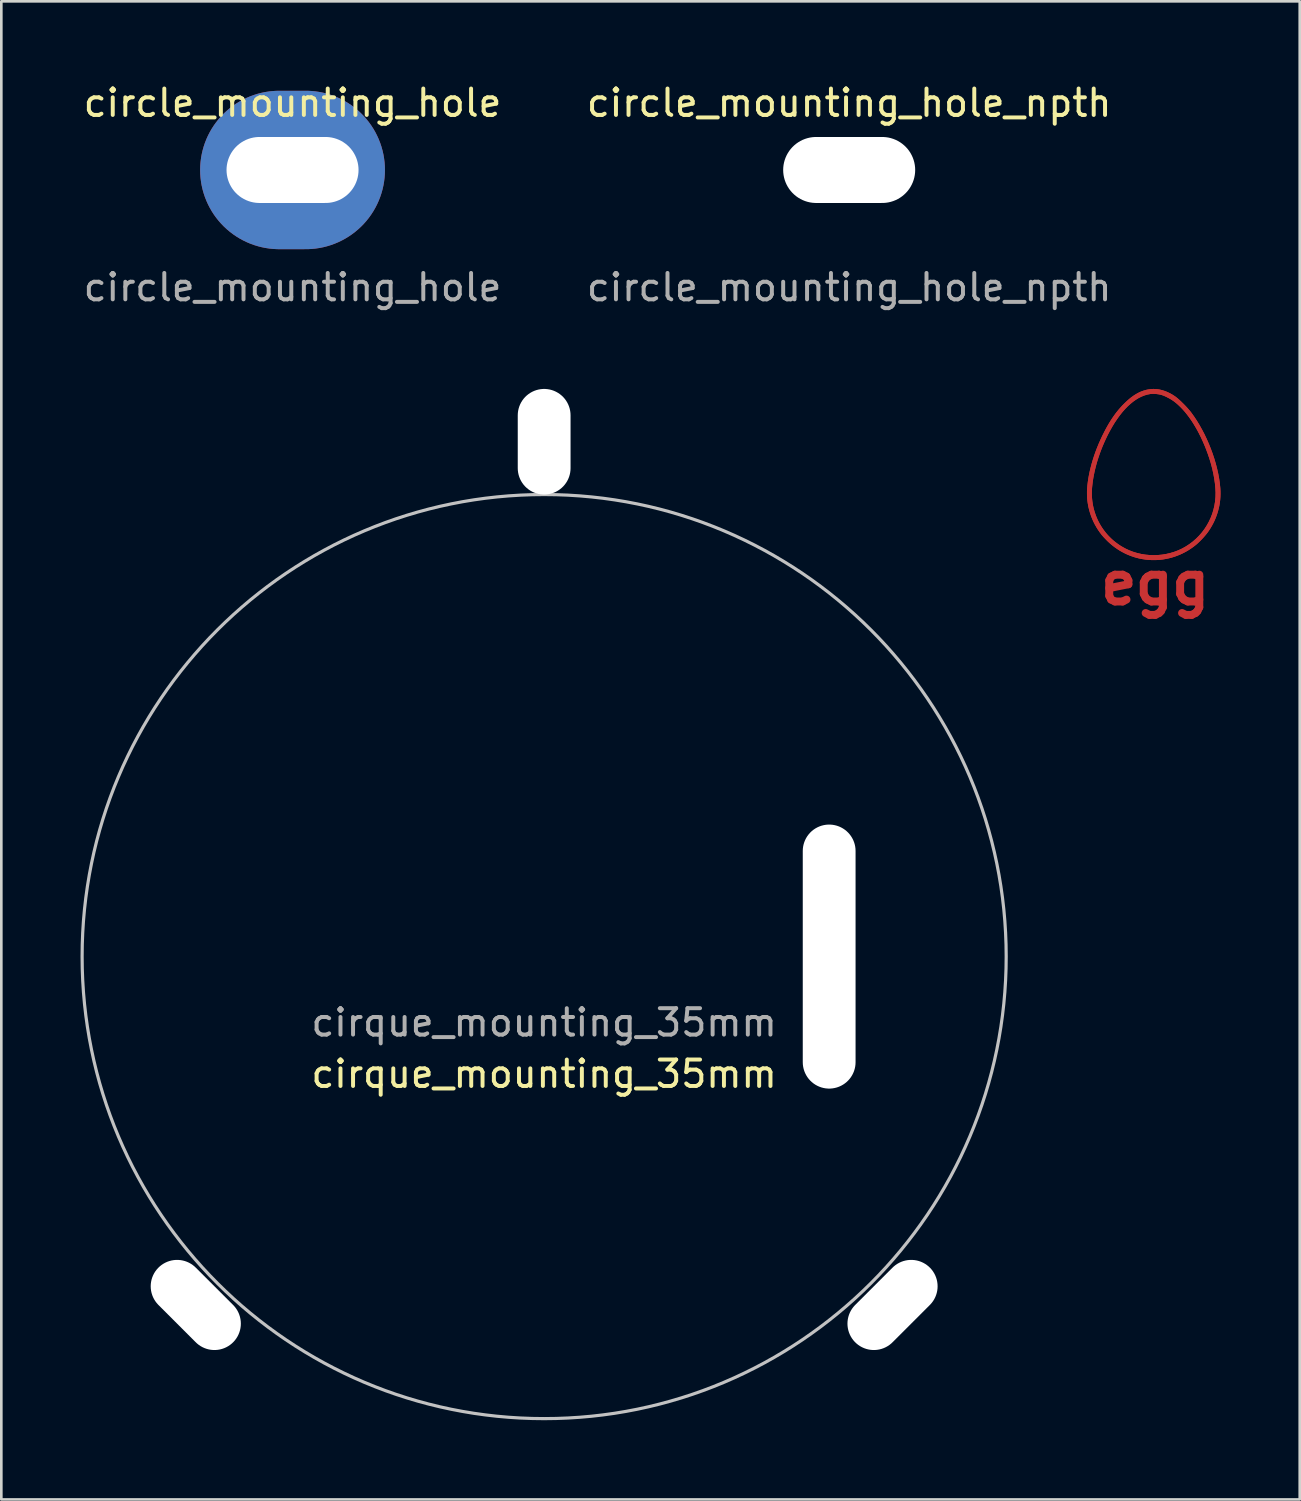
<source format=kicad_pcb>
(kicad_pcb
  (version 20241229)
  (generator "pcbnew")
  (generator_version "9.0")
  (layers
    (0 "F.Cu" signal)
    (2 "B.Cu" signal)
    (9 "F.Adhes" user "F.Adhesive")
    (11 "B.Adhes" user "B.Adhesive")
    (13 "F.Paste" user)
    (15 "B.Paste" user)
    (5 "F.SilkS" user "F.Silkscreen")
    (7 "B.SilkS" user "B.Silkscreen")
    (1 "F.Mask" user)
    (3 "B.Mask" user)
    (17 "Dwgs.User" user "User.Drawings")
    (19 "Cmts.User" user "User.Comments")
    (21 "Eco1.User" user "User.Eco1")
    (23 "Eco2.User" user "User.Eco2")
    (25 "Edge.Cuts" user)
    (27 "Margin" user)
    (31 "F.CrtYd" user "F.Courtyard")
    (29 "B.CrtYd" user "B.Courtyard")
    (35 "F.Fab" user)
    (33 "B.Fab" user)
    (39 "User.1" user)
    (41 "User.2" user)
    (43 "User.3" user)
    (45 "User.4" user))
  (footprint "circle_mounting_hole"
    (layer "F.Cu")
    (at 8.03 3.388)
    (property "Reference" "circle_mounting_hole" (at 0 -2.54 0) (unlocked yes) (layer "F.SilkS") (effects (font (size 1 1) (thickness 0.15))))
    (attr through_hole)
    (fp_text user "${REFERENCE}" (at 0 4.445 0) (unlocked yes) (layer "F.Fab") (effects (font (size 1 1) (thickness 0.15))))
    (pad "" thru_hole oval (at 0 0) (size 7 6) (drill oval 5 2.5) (layers "*.Cu" "*.Mask")))
  (footprint "cirque_mounting_35mm"
    (layer "F.Cu")
    (at 17.56 33.181)
    (property "Reference" "cirque_mounting_35mm" (at 0 4.445 0) (unlocked yes) (layer "F.SilkS") (effects (font (size 1 1) (thickness 0.15))))
    (attr through_hole board_only)
    (fp_circle (center 0 0) (end 17.5 0) (stroke (width 0.12) (type solid)) (fill no) (layer "Dwgs.User"))
    (fp_text user "${REFERENCE}" (at 0 2.5 0) (unlocked yes) (layer "F.Fab") (effects (font (size 1 1) (thickness 0.15))))
    (pad "" np_thru_hole oval (at -13.195 13.195 225) (size 2 4) (drill oval 2 4) (layers "*.Cu" "*.Mask"))
    (pad "" np_thru_hole oval (at 0 -19.5) (size 2 4) (drill oval 2 4) (layers "*.Cu" "*.Mask"))
    (pad "" np_thru_hole oval (at 10.795 0) (size 2 10) (drill oval 2 10) (layers "*.Cu" "*.Mask"))
    (pad "" np_thru_hole oval (at 13.195 13.195 135) (size 2 4) (drill oval 2 4) (layers "*.Cu" "*.Mask")))
  (footprint "egg"
    (layer "F.Cu")
    (at 40.705 19.043)
    (property "Reference" "egg" (at 0 0 0) (layer "F.Cu") (effects (font (size 1.524 1.524) (thickness 0.3))))
    (attr through_hole)
    (fp_poly (pts (xy -0.014 -7.36) (xy 0.045 -7.356) (xy 0.104 -7.349) (xy 0.164 -7.339) (xy 0.224 -7.325) (xy 0.284 -7.309) (xy 0.344 -7.29) (xy 0.404 -7.268) (xy 0.464 -7.243) (xy 0.524 -7.215) (xy 0.584 -7.184) (xy 0.643 -7.151) (xy 0.701 -7.114) (xy 0.759 -7.075) (xy 0.79 -7.052) (xy 0.824 -7.025) (xy 0.861 -6.994) (xy 0.9 -6.96) (xy 0.982 -6.884) (xy 1.067 -6.801) (xy 1.152 -6.714) (xy 1.232 -6.627) (xy 1.304 -6.543) (xy 1.336 -6.504) (xy 1.365 -6.467) (xy 1.473 -6.316) (xy 1.578 -6.158) (xy 1.678 -5.993) (xy 1.774 -5.821) (xy 1.866 -5.645) (xy 1.952 -5.464) (xy 2.033 -5.279) (xy 2.108 -5.092) (xy 2.177 -4.904) (xy 2.24 -4.714) (xy 2.296 -4.524) (xy 2.345 -4.334) (xy 2.387 -4.147) (xy 2.421 -3.962) (xy 2.447 -3.78) (xy 2.465 -3.602) (xy 2.471 -3.489) (xy 2.472 -3.376) (xy 2.468 -3.263) (xy 2.459 -3.152) (xy 2.445 -3.04) (xy 2.426 -2.93) (xy 2.401 -2.821) (xy 2.373 -2.713) (xy 2.339 -2.606) (xy 2.3 -2.5) (xy 2.257 -2.396) (xy 2.209 -2.294) (xy 2.156 -2.194) (xy 2.099 -2.096) (xy 2.037 -2) (xy 1.971 -1.906) (xy 1.951 -1.88) (xy 1.929 -1.853) (xy 1.88 -1.795) (xy 1.826 -1.733) (xy 1.768 -1.671) (xy 1.708 -1.609) (xy 1.649 -1.552) (xy 1.593 -1.5) (xy 1.566 -1.476) (xy 1.541 -1.455) (xy 1.447 -1.381) (xy 1.35 -1.313) (xy 1.251 -1.249) (xy 1.15 -1.19) (xy 1.047 -1.137) (xy 0.942 -1.088) (xy 0.836 -1.045) (xy 0.729 -1.006) (xy 0.621 -0.973) (xy 0.511 -0.945) (xy 0.401 -0.922) (xy 0.291 -0.903) (xy 0.179 -0.89) (xy 0.068 -0.882) (xy -0.044 -0.879) (xy -0.155 -0.881) (xy -0.267 -0.888) (xy -0.378 -0.9) (xy -0.488 -0.917) (xy -0.598 -0.938) (xy -0.707 -0.965) (xy -0.815 -0.997) (xy -0.921 -1.034) (xy -1.026 -1.075) (xy -1.13 -1.122) (xy -1.232 -1.174) (xy -1.332 -1.23) (xy -1.43 -1.292) (xy -1.525 -1.358) (xy -1.619 -1.429) (xy -1.709 -1.505) (xy -1.797 -1.586) (xy -1.828 -1.617) (xy -1.86 -1.649) (xy -1.892 -1.682) (xy -1.923 -1.715) (xy -1.953 -1.747) (xy -1.98 -1.777) (xy -2.003 -1.804) (xy -2.023 -1.826) (xy -2.096 -1.922) (xy -2.165 -2.021) (xy -2.229 -2.123) (xy -2.288 -2.227) (xy -2.341 -2.333) (xy -2.39 -2.442) (xy -2.433 -2.553) (xy -2.471 -2.666) (xy -2.504 -2.78) (xy -2.532 -2.896) (xy -2.553 -3.012) (xy -2.57 -3.13) (xy -2.58 -3.249) (xy -2.585 -3.369) (xy -2.585 -3.44) (xy -2.4 -3.44) (xy -2.4 -3.356) (xy -2.397 -3.273) (xy -2.391 -3.191) (xy -2.382 -3.109) (xy -2.37 -3.027) (xy -2.356 -2.947) (xy -2.339 -2.867) (xy -2.319 -2.788) (xy -2.296 -2.71) (xy -2.271 -2.634) (xy -2.244 -2.558) (xy -2.214 -2.483) (xy -2.181 -2.409) (xy -2.146 -2.337) (xy -2.108 -2.266) (xy -2.068 -2.196) (xy -2.026 -2.128) (xy -1.981 -2.061) (xy -1.934 -1.996) (xy -1.884 -1.932) (xy -1.833 -1.87) (xy -1.779 -1.81) (xy -1.722 -1.751) (xy -1.664 -1.694) (xy -1.604 -1.639) (xy -1.541 -1.587) (xy -1.476 -1.536) (xy -1.409 -1.487) (xy -1.341 -1.44) (xy -1.27 -1.396) (xy -1.131 -1.318) (xy -0.987 -1.251) (xy -0.838 -1.194) (xy -0.687 -1.148) (xy -0.532 -1.112) (xy -0.375 -1.086) (xy -0.217 -1.071) (xy -0.058 -1.066) (xy 0.102 -1.071) (xy 0.26 -1.086) (xy 0.417 -1.112) (xy 0.572 -1.148) (xy 0.724 -1.194) (xy 0.873 -1.251) (xy 1.017 -1.318) (xy 1.157 -1.396) (xy 1.296 -1.487) (xy 1.427 -1.586) (xy 1.55 -1.694) (xy 1.664 -1.809) (xy 1.77 -1.931) (xy 1.866 -2.06) (xy 1.953 -2.195) (xy 2.031 -2.335) (xy 2.099 -2.481) (xy 2.157 -2.631) (xy 2.204 -2.786) (xy 2.241 -2.944) (xy 2.267 -3.105) (xy 2.282 -3.269) (xy 2.286 -3.435) (xy 2.278 -3.603) (xy 2.26 -3.786) (xy 2.234 -3.97) (xy 2.2 -4.156) (xy 2.158 -4.343) (xy 2.108 -4.533) (xy 2.05 -4.724) (xy 1.984 -4.918) (xy 1.91 -5.115) (xy 1.85 -5.261) (xy 1.787 -5.404) (xy 1.722 -5.543) (xy 1.655 -5.677) (xy 1.586 -5.807) (xy 1.514 -5.932) (xy 1.441 -6.053) (xy 1.366 -6.168) (xy 1.289 -6.278) (xy 1.21 -6.383) (xy 1.131 -6.482) (xy 1.05 -6.575) (xy 0.967 -6.662) (xy 0.884 -6.742) (xy 0.8 -6.817) (xy 0.715 -6.885) (xy 0.688 -6.904) (xy 0.659 -6.924) (xy 0.629 -6.944) (xy 0.597 -6.964) (xy 0.564 -6.984) (xy 0.53 -7.003) (xy 0.461 -7.039) (xy 0.427 -7.057) (xy 0.393 -7.073) (xy 0.359 -7.088) (xy 0.326 -7.102) (xy 0.294 -7.114) (xy 0.264 -7.125) (xy 0.235 -7.134) (xy 0.209 -7.142) (xy 0.185 -7.147) (xy 0.16 -7.152) (xy 0.135 -7.157) (xy 0.108 -7.161) (xy 0.054 -7.168) (xy -0.001 -7.172) (xy -0.054 -7.175) (xy -0.08 -7.175) (xy -0.106 -7.175) (xy -0.13 -7.174) (xy -0.153 -7.173) (xy -0.175 -7.171) (xy -0.196 -7.168) (xy -0.304 -7.147) (xy -0.412 -7.114) (xy -0.519 -7.071) (xy -0.626 -7.018) (xy -0.732 -6.953) (xy -0.837 -6.879) (xy -0.941 -6.794) (xy -1.044 -6.7) (xy -1.146 -6.595) (xy -1.246 -6.481) (xy -1.344 -6.357) (xy -1.441 -6.223) (xy -1.536 -6.081) (xy -1.628 -5.929) (xy -1.719 -5.768) (xy -1.807 -5.599) (xy -1.867 -5.474) (xy -1.924 -5.349) (xy -1.979 -5.223) (xy -2.03 -5.097) (xy -2.078 -4.971) (xy -2.123 -4.845) (xy -2.165 -4.718) (xy -2.204 -4.593) (xy -2.239 -4.467) (xy -2.271 -4.342) (xy -2.3 -4.217) (xy -2.326 -4.094) (xy -2.348 -3.971) (xy -2.366 -3.849) (xy -2.381 -3.728) (xy -2.393 -3.608) (xy -2.398 -3.524) (xy -2.4 -3.44) (xy -2.585 -3.44) (xy -2.585 -3.488) (xy -2.578 -3.608) (xy -2.567 -3.73) (xy -2.552 -3.853) (xy -2.533 -3.978) (xy -2.51 -4.105) (xy -2.484 -4.232) (xy -2.453 -4.361) (xy -2.42 -4.49) (xy -2.383 -4.62) (xy -2.342 -4.751) (xy -2.298 -4.883) (xy -2.251 -5.014) (xy -2.2 -5.146) (xy -2.146 -5.278) (xy -2.088 -5.409) (xy -2.028 -5.541) (xy -1.964 -5.671) (xy -1.919 -5.76) (xy -1.874 -5.845) (xy -1.829 -5.927) (xy -1.784 -6.007) (xy -1.738 -6.084) (xy -1.692 -6.158) (xy -1.645 -6.23) (xy -1.598 -6.3) (xy -1.55 -6.368) (xy -1.502 -6.434) (xy -1.452 -6.498) (xy -1.402 -6.56) (xy -1.351 -6.62) (xy -1.298 -6.679) (xy -1.245 -6.737) (xy -1.19 -6.793) (xy -1.125 -6.856) (xy -1.062 -6.915) (xy -0.999 -6.971) (xy -0.937 -7.022) (xy -0.875 -7.069) (xy -0.813 -7.113) (xy -0.752 -7.152) (xy -0.691 -7.188) (xy -0.629 -7.221) (xy -0.568 -7.25) (xy -0.506 -7.275) (xy -0.444 -7.297) (xy -0.381 -7.316) (xy -0.317 -7.332) (xy -0.252 -7.344) (xy -0.186 -7.354) (xy -0.13 -7.359) (xy -0.072 -7.361)) (stroke (width 0) (type solid)) (fill yes) (layer "F.Cu"))
    (fp_poly (pts (xy -0.014 -7.36) (xy 0.045 -7.356) (xy 0.104 -7.349) (xy 0.164 -7.339) (xy 0.224 -7.325) (xy 0.284 -7.309) (xy 0.344 -7.29) (xy 0.404 -7.268) (xy 0.464 -7.243) (xy 0.524 -7.215) (xy 0.584 -7.184) (xy 0.643 -7.151) (xy 0.701 -7.114) (xy 0.759 -7.075) (xy 0.79 -7.052) (xy 0.824 -7.025) (xy 0.861 -6.994) (xy 0.9 -6.96) (xy 0.982 -6.884) (xy 1.067 -6.801) (xy 1.152 -6.714) (xy 1.232 -6.627) (xy 1.304 -6.543) (xy 1.336 -6.504) (xy 1.365 -6.467) (xy 1.473 -6.316) (xy 1.578 -6.158) (xy 1.678 -5.993) (xy 1.774 -5.821) (xy 1.866 -5.645) (xy 1.952 -5.464) (xy 2.033 -5.279) (xy 2.108 -5.092) (xy 2.177 -4.904) (xy 2.24 -4.714) (xy 2.296 -4.524) (xy 2.345 -4.334) (xy 2.387 -4.147) (xy 2.421 -3.962) (xy 2.447 -3.78) (xy 2.465 -3.602) (xy 2.471 -3.489) (xy 2.472 -3.376) (xy 2.468 -3.263) (xy 2.459 -3.152) (xy 2.445 -3.04) (xy 2.426 -2.93) (xy 2.401 -2.821) (xy 2.373 -2.713) (xy 2.339 -2.606) (xy 2.3 -2.5) (xy 2.257 -2.396) (xy 2.209 -2.294) (xy 2.156 -2.194) (xy 2.099 -2.096) (xy 2.037 -2) (xy 1.971 -1.906) (xy 1.951 -1.88) (xy 1.929 -1.853) (xy 1.88 -1.795) (xy 1.826 -1.733) (xy 1.768 -1.671) (xy 1.708 -1.609) (xy 1.649 -1.552) (xy 1.593 -1.5) (xy 1.566 -1.476) (xy 1.541 -1.455) (xy 1.447 -1.381) (xy 1.35 -1.313) (xy 1.251 -1.249) (xy 1.15 -1.19) (xy 1.047 -1.137) (xy 0.942 -1.088) (xy 0.836 -1.045) (xy 0.729 -1.006) (xy 0.621 -0.973) (xy 0.511 -0.945) (xy 0.401 -0.922) (xy 0.291 -0.903) (xy 0.179 -0.89) (xy 0.068 -0.882) (xy -0.044 -0.879) (xy -0.155 -0.881) (xy -0.267 -0.888) (xy -0.378 -0.9) (xy -0.488 -0.917) (xy -0.598 -0.938) (xy -0.707 -0.965) (xy -0.815 -0.997) (xy -0.921 -1.034) (xy -1.026 -1.075) (xy -1.13 -1.122) (xy -1.232 -1.174) (xy -1.332 -1.23) (xy -1.43 -1.292) (xy -1.525 -1.358) (xy -1.619 -1.429) (xy -1.709 -1.505) (xy -1.797 -1.586) (xy -1.828 -1.617) (xy -1.86 -1.649) (xy -1.892 -1.682) (xy -1.923 -1.715) (xy -1.953 -1.747) (xy -1.98 -1.777) (xy -2.003 -1.804) (xy -2.023 -1.826) (xy -2.096 -1.922) (xy -2.165 -2.021) (xy -2.229 -2.123) (xy -2.288 -2.227) (xy -2.341 -2.333) (xy -2.39 -2.442) (xy -2.433 -2.553) (xy -2.471 -2.666) (xy -2.504 -2.78) (xy -2.532 -2.896) (xy -2.553 -3.012) (xy -2.57 -3.13) (xy -2.58 -3.249) (xy -2.585 -3.369) (xy -2.585 -3.44) (xy -2.4 -3.44) (xy -2.4 -3.356) (xy -2.397 -3.273) (xy -2.391 -3.191) (xy -2.382 -3.109) (xy -2.37 -3.027) (xy -2.356 -2.947) (xy -2.339 -2.867) (xy -2.319 -2.788) (xy -2.296 -2.71) (xy -2.271 -2.634) (xy -2.244 -2.558) (xy -2.214 -2.483) (xy -2.181 -2.409) (xy -2.146 -2.337) (xy -2.108 -2.266) (xy -2.068 -2.196) (xy -2.026 -2.128) (xy -1.981 -2.061) (xy -1.934 -1.996) (xy -1.884 -1.932) (xy -1.833 -1.87) (xy -1.779 -1.81) (xy -1.722 -1.751) (xy -1.664 -1.694) (xy -1.604 -1.639) (xy -1.541 -1.587) (xy -1.476 -1.536) (xy -1.409 -1.487) (xy -1.341 -1.44) (xy -1.27 -1.396) (xy -1.131 -1.318) (xy -0.987 -1.251) (xy -0.838 -1.194) (xy -0.687 -1.148) (xy -0.532 -1.112) (xy -0.375 -1.086) (xy -0.217 -1.071) (xy -0.058 -1.066) (xy 0.102 -1.071) (xy 0.26 -1.086) (xy 0.417 -1.112) (xy 0.572 -1.148) (xy 0.724 -1.194) (xy 0.873 -1.251) (xy 1.017 -1.318) (xy 1.157 -1.396) (xy 1.296 -1.487) (xy 1.427 -1.586) (xy 1.55 -1.694) (xy 1.664 -1.809) (xy 1.77 -1.931) (xy 1.866 -2.06) (xy 1.953 -2.195) (xy 2.031 -2.335) (xy 2.099 -2.481) (xy 2.157 -2.631) (xy 2.204 -2.786) (xy 2.241 -2.944) (xy 2.267 -3.105) (xy 2.282 -3.269) (xy 2.286 -3.435) (xy 2.278 -3.603) (xy 2.26 -3.786) (xy 2.234 -3.97) (xy 2.2 -4.156) (xy 2.158 -4.343) (xy 2.108 -4.533) (xy 2.05 -4.724) (xy 1.984 -4.918) (xy 1.91 -5.115) (xy 1.85 -5.261) (xy 1.787 -5.404) (xy 1.722 -5.543) (xy 1.655 -5.677) (xy 1.586 -5.807) (xy 1.514 -5.932) (xy 1.441 -6.053) (xy 1.366 -6.168) (xy 1.289 -6.278) (xy 1.21 -6.383) (xy 1.131 -6.482) (xy 1.05 -6.575) (xy 0.967 -6.662) (xy 0.884 -6.742) (xy 0.8 -6.817) (xy 0.715 -6.885) (xy 0.688 -6.904) (xy 0.659 -6.924) (xy 0.629 -6.944) (xy 0.597 -6.964) (xy 0.564 -6.984) (xy 0.53 -7.003) (xy 0.461 -7.039) (xy 0.427 -7.057) (xy 0.393 -7.073) (xy 0.359 -7.088) (xy 0.326 -7.102) (xy 0.294 -7.114) (xy 0.264 -7.125) (xy 0.235 -7.134) (xy 0.209 -7.142) (xy 0.185 -7.147) (xy 0.16 -7.152) (xy 0.135 -7.157) (xy 0.108 -7.161) (xy 0.054 -7.168) (xy -0.001 -7.172) (xy -0.054 -7.175) (xy -0.08 -7.175) (xy -0.106 -7.175) (xy -0.13 -7.174) (xy -0.153 -7.173) (xy -0.175 -7.171) (xy -0.196 -7.168) (xy -0.304 -7.147) (xy -0.412 -7.114) (xy -0.519 -7.071) (xy -0.626 -7.018) (xy -0.732 -6.953) (xy -0.837 -6.879) (xy -0.941 -6.794) (xy -1.044 -6.7) (xy -1.146 -6.595) (xy -1.246 -6.481) (xy -1.344 -6.357) (xy -1.441 -6.223) (xy -1.536 -6.081) (xy -1.628 -5.929) (xy -1.719 -5.768) (xy -1.807 -5.599) (xy -1.867 -5.474) (xy -1.924 -5.349) (xy -1.979 -5.223) (xy -2.03 -5.097) (xy -2.078 -4.971) (xy -2.123 -4.845) (xy -2.165 -4.718) (xy -2.204 -4.593) (xy -2.239 -4.467) (xy -2.271 -4.342) (xy -2.3 -4.217) (xy -2.326 -4.094) (xy -2.348 -3.971) (xy -2.366 -3.849) (xy -2.381 -3.728) (xy -2.393 -3.608) (xy -2.398 -3.524) (xy -2.4 -3.44) (xy -2.585 -3.44) (xy -2.585 -3.488) (xy -2.578 -3.608) (xy -2.567 -3.73) (xy -2.552 -3.853) (xy -2.533 -3.978) (xy -2.51 -4.105) (xy -2.484 -4.232) (xy -2.453 -4.361) (xy -2.42 -4.49) (xy -2.383 -4.62) (xy -2.342 -4.751) (xy -2.298 -4.883) (xy -2.251 -5.014) (xy -2.2 -5.146) (xy -2.146 -5.278) (xy -2.088 -5.409) (xy -2.028 -5.541) (xy -1.964 -5.671) (xy -1.919 -5.76) (xy -1.874 -5.845) (xy -1.829 -5.927) (xy -1.784 -6.007) (xy -1.738 -6.084) (xy -1.692 -6.158) (xy -1.645 -6.23) (xy -1.598 -6.3) (xy -1.55 -6.368) (xy -1.502 -6.434) (xy -1.452 -6.498) (xy -1.402 -6.56) (xy -1.351 -6.62) (xy -1.298 -6.679) (xy -1.245 -6.737) (xy -1.19 -6.793) (xy -1.125 -6.856) (xy -1.062 -6.915) (xy -0.999 -6.971) (xy -0.937 -7.022) (xy -0.875 -7.069) (xy -0.813 -7.113) (xy -0.752 -7.152) (xy -0.691 -7.188) (xy -0.629 -7.221) (xy -0.568 -7.25) (xy -0.506 -7.275) (xy -0.444 -7.297) (xy -0.381 -7.316) (xy -0.317 -7.332) (xy -0.252 -7.344) (xy -0.186 -7.354) (xy -0.13 -7.359) (xy -0.072 -7.361)) (stroke (width 0) (type solid)) (fill yes) (layer "F.Cu")))
  (footprint "circle_mounting_hole_npth"
    (layer "F.Cu")
    (at 29.113 3.388)
    (property "Reference" "circle_mounting_hole_npth" (at 0 -2.54 0) (unlocked yes) (layer "F.SilkS") (effects (font (size 1 1) (thickness 0.15))))
    (attr through_hole)
    (fp_text user "${REFERENCE}" (at 0 4.445 0) (unlocked yes) (layer "F.Fab") (effects (font (size 1 1) (thickness 0.15))))
    (pad "" np_thru_hole oval (at 0 0) (size 5 2.5) (drill oval 5 2.5) (layers "*.Cu" "*.Mask")))
  (gr_rect
    (start -3 -3)
    (end 46.178 53.742)
    (stroke (width 0.1) (type default))
    (fill no)
    (layer "Edge.Cuts")))
</source>
